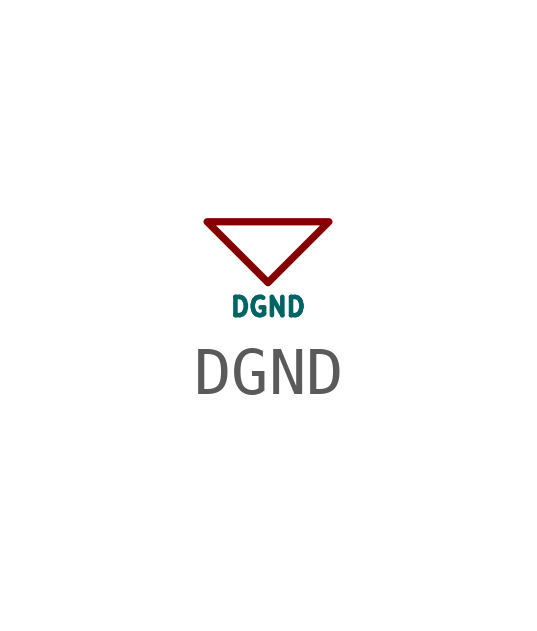
<source format=kicad_sym>
(kicad_symbol_lib
  (version 20211014)
  (generator kicad_symbol_editor)
  (symbol "DGND"
    (pin_names
      (offset 1.016))
    (property "Reference" "#PWR"
      (at 0 0 0)
      (effects (font (size 1.016 1.016)) hide))
    (property "Value" "DGND"
      (at 0 -1.778 0)
      (effects (font (size 0.381 0.381))))
    (symbol "DGND_0_1"
      (polyline (pts (xy -1.27 0) (xy 0 -1.27) (xy 1.27 0) (xy -1.27 0)) (stroke (width 0) (type default) (color 0 0 0 0)) (fill (type none))))
    (symbol "DGND_1_1"
      (pin power_in line (at 0 0 90) (length 0) hide (name "DGND" (effects (font (size 1.016 1.016)))) (number "1" (effects (font (size 1.016 1.016))))))))
</source>
